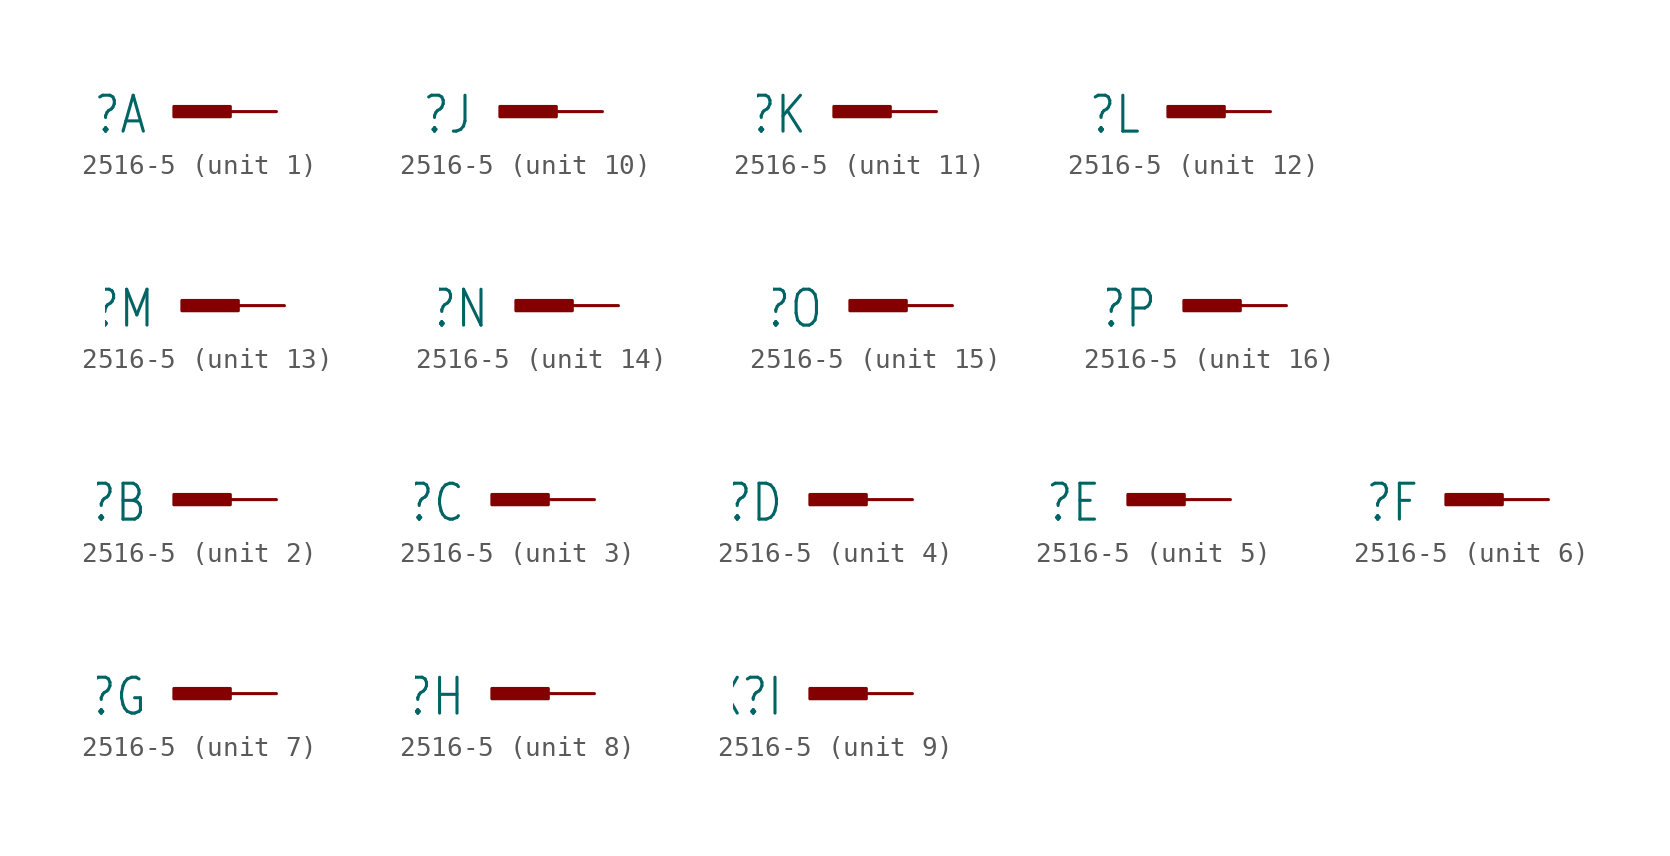
<source format=kicad_sym>
(kicad_symbol_lib
  (version 20211014)
  (generator kicad_symbol_editor)
  (symbol "2516-5"
    (property "Reference" "X"
      (at -1.27 0.889 0)
      (effects (font (size 1.778 1.511)) (justify right top)))
    (property "ki_locked" ""
      (at 0 0 0)
      (effects (font (size 1.27 1.27))))
    (symbol "2516-5_1_0"
      (rectangle (start 0 -0.254) (end 2.794 0.254) (stroke (width 0) (type default) (color 0 0 0 0)) (fill (type outline)))
      (pin passive line (at 5.08 0 180) (length 2.54) (name "KL" (effects (font (size 0 0)))) (number "1" (effects (font (size 0 0))))))
    (symbol "2516-5_2_0"
      (rectangle (start 0 -0.254) (end 2.794 0.254) (stroke (width 0) (type default) (color 0 0 0 0)) (fill (type outline)))
      (pin passive line (at 5.08 0 180) (length 2.54) (name "KL" (effects (font (size 0 0)))) (number "2" (effects (font (size 0 0))))))
    (symbol "2516-5_3_0"
      (rectangle (start 0 -0.254) (end 2.794 0.254) (stroke (width 0) (type default) (color 0 0 0 0)) (fill (type outline)))
      (pin passive line (at 5.08 0 180) (length 2.54) (name "KL" (effects (font (size 0 0)))) (number "3" (effects (font (size 0 0))))))
    (symbol "2516-5_4_0"
      (rectangle (start 0 -0.254) (end 2.794 0.254) (stroke (width 0) (type default) (color 0 0 0 0)) (fill (type outline)))
      (pin passive line (at 5.08 0 180) (length 2.54) (name "KL" (effects (font (size 0 0)))) (number "4" (effects (font (size 0 0))))))
    (symbol "2516-5_5_0"
      (rectangle (start 0 -0.254) (end 2.794 0.254) (stroke (width 0) (type default) (color 0 0 0 0)) (fill (type outline)))
      (pin passive line (at 5.08 0 180) (length 2.54) (name "KL" (effects (font (size 0 0)))) (number "5" (effects (font (size 0 0))))))
    (symbol "2516-5_6_0"
      (rectangle (start 0 -0.254) (end 2.794 0.254) (stroke (width 0) (type default) (color 0 0 0 0)) (fill (type outline)))
      (pin passive line (at 5.08 0 180) (length 2.54) (name "KL" (effects (font (size 0 0)))) (number "6" (effects (font (size 0 0))))))
    (symbol "2516-5_7_0"
      (rectangle (start 0 -0.254) (end 2.794 0.254) (stroke (width 0) (type default) (color 0 0 0 0)) (fill (type outline)))
      (pin passive line (at 5.08 0 180) (length 2.54) (name "KL" (effects (font (size 0 0)))) (number "7" (effects (font (size 0 0))))))
    (symbol "2516-5_8_0"
      (rectangle (start 0 -0.254) (end 2.794 0.254) (stroke (width 0) (type default) (color 0 0 0 0)) (fill (type outline)))
      (pin passive line (at 5.08 0 180) (length 2.54) (name "KL" (effects (font (size 0 0)))) (number "8" (effects (font (size 0 0))))))
    (symbol "2516-5_9_0"
      (rectangle (start 0 -0.254) (end 2.794 0.254) (stroke (width 0) (type default) (color 0 0 0 0)) (fill (type outline)))
      (pin passive line (at 5.08 0 180) (length 2.54) (name "KL" (effects (font (size 0 0)))) (number "9" (effects (font (size 0 0))))))
    (symbol "2516-5_10_0"
      (rectangle (start 0 -0.254) (end 2.794 0.254) (stroke (width 0) (type default) (color 0 0 0 0)) (fill (type outline)))
      (pin passive line (at 5.08 0 180) (length 2.54) (name "KL" (effects (font (size 0 0)))) (number "10" (effects (font (size 0 0))))))
    (symbol "2516-5_11_0"
      (rectangle (start 0 -0.254) (end 2.794 0.254) (stroke (width 0) (type default) (color 0 0 0 0)) (fill (type outline)))
      (pin passive line (at 5.08 0 180) (length 2.54) (name "KL" (effects (font (size 0 0)))) (number "11" (effects (font (size 0 0))))))
    (symbol "2516-5_12_0"
      (rectangle (start 0 -0.254) (end 2.794 0.254) (stroke (width 0) (type default) (color 0 0 0 0)) (fill (type outline)))
      (pin passive line (at 5.08 0 180) (length 2.54) (name "KL" (effects (font (size 0 0)))) (number "12" (effects (font (size 0 0))))))
    (symbol "2516-5_13_0"
      (rectangle (start 0 -0.254) (end 2.794 0.254) (stroke (width 0) (type default) (color 0 0 0 0)) (fill (type outline)))
      (pin passive line (at 5.08 0 180) (length 2.54) (name "KL" (effects (font (size 0 0)))) (number "13" (effects (font (size 0 0))))))
    (symbol "2516-5_14_0"
      (rectangle (start 0 -0.254) (end 2.794 0.254) (stroke (width 0) (type default) (color 0 0 0 0)) (fill (type outline)))
      (pin passive line (at 5.08 0 180) (length 2.54) (name "KL" (effects (font (size 0 0)))) (number "14" (effects (font (size 0 0))))))
    (symbol "2516-5_15_0"
      (rectangle (start 0 -0.254) (end 2.794 0.254) (stroke (width 0) (type default) (color 0 0 0 0)) (fill (type outline)))
      (pin passive line (at 5.08 0 180) (length 2.54) (name "KL" (effects (font (size 0 0)))) (number "15" (effects (font (size 0 0))))))
    (symbol "2516-5_16_0"
      (rectangle (start 0 -0.254) (end 2.794 0.254) (stroke (width 0) (type default) (color 0 0 0 0)) (fill (type outline)))
      (pin passive line (at 5.08 0 180) (length 2.54) (name "KL" (effects (font (size 0 0)))) (number "16" (effects (font (size 0 0))))))))
</source>
